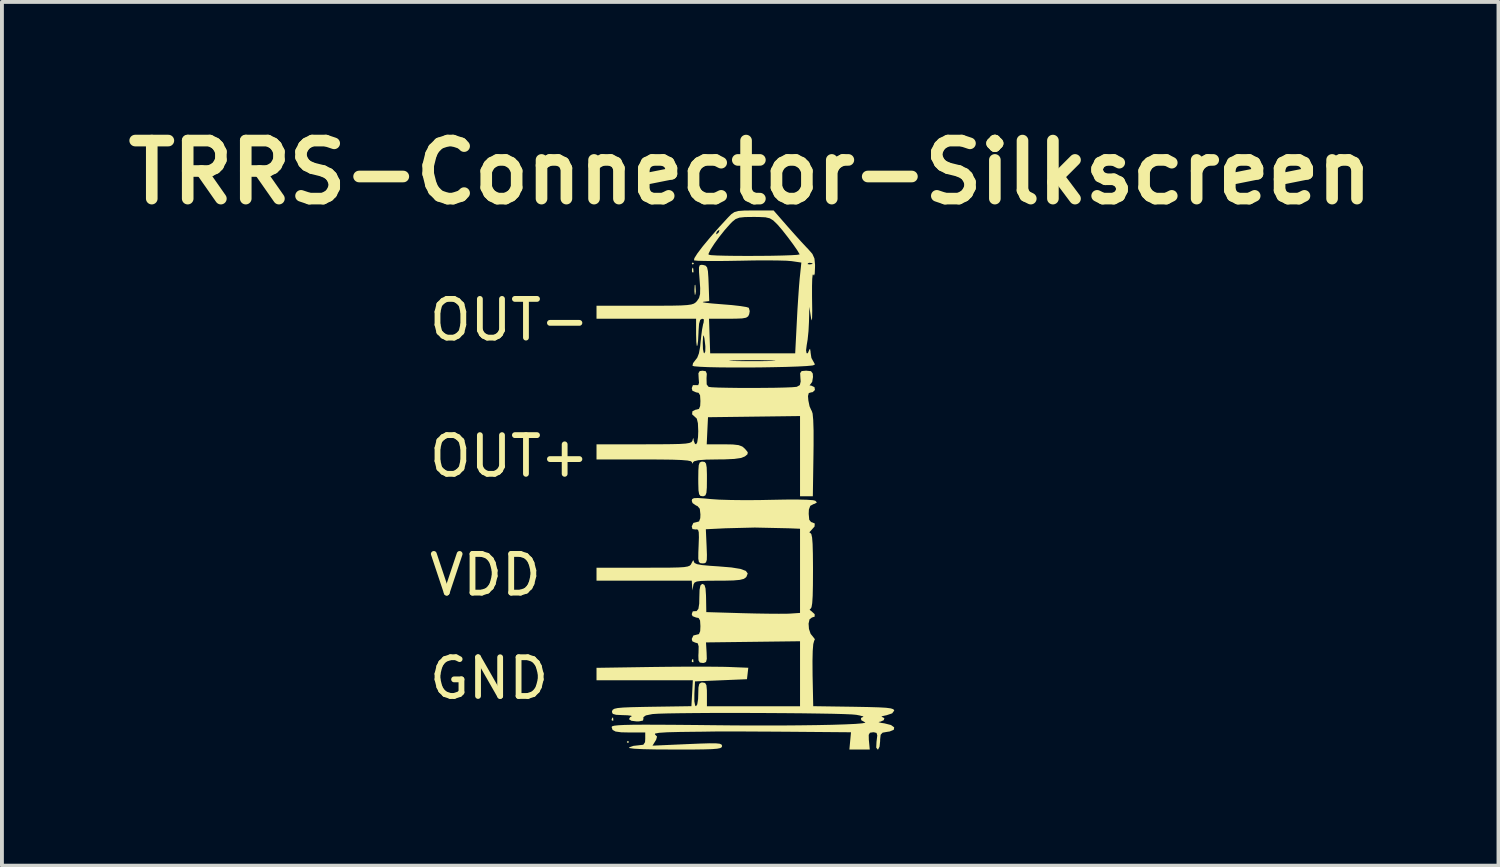
<source format=kicad_pcb>
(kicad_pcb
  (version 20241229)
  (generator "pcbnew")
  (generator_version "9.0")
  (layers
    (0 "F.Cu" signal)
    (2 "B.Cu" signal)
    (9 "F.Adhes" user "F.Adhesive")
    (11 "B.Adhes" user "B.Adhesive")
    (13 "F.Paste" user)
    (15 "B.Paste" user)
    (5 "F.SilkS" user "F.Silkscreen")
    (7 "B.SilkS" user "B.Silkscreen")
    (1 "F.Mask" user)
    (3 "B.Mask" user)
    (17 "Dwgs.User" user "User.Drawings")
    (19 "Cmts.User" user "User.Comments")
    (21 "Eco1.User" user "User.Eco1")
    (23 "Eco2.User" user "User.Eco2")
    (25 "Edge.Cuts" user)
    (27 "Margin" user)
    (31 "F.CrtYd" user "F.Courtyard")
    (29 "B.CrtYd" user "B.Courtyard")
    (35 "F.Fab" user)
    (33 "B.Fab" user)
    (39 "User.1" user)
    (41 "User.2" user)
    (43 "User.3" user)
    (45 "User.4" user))
  (footprint "TRRS-Connector-Silkscreen"
    (layer "F.Cu")
    (at 16.336 9.214)
    (property "Reference" "TRRS-Connector-Silkscreen" (at 0 -7.81 0) (layer "F.SilkS") (effects (font (size 1.5 1.5) (thickness 0.3))))
    (attr board_only exclude_from_pos_files exclude_from_bom)
    (fp_poly (pts (xy -3.133 6.909) (xy -3.161 6.937) (xy -3.189 6.909) (xy -3.161 6.881)) (stroke (width 0) (type solid)) (fill yes) (layer "F.SilkS"))
    (fp_poly (pts (xy -1.455 -5.455) (xy -1.483 -5.427) (xy -1.511 -5.455) (xy -1.483 -5.483)) (stroke (width 0) (type solid)) (fill yes) (layer "F.SilkS"))
    (fp_poly (pts (xy -3.543 6.285) (xy -3.537 6.351) (xy -3.543 6.359) (xy -3.577 6.352) (xy -3.581 6.322) (xy -3.56 6.276)) (stroke (width 0) (type solid)) (fill yes) (layer "F.SilkS"))
    (fp_poly (pts (xy -1.473 4.774) (xy -1.467 4.841) (xy -1.473 4.849) (xy -1.507 4.841) (xy -1.511 4.811) (xy -1.49 4.765)) (stroke (width 0) (type solid)) (fill yes) (layer "F.SilkS"))
    (fp_poly (pts (xy -1.472 -5.325) (xy -1.466 -5.238) (xy -1.477 -5.218) (xy -1.502 -5.235) (xy -1.506 -5.292) (xy -1.492 -5.351)) (stroke (width 0) (type solid)) (fill yes) (layer "F.SilkS"))
    (fp_poly (pts (xy -1.415 -4.881) (xy -1.406 -4.735) (xy -1.416 -4.657) (xy -1.431 -4.644) (xy -1.44 -4.724) (xy -1.441 -4.783) (xy -1.435 -4.892) (xy -1.422 -4.908)) (stroke (width 0) (type solid)) (fill yes) (layer "F.SilkS"))
    (fp_poly (pts (xy -1.175 -0.326) (xy -1.142 -0.283) (xy -1.125 -0.184) (xy -1.119 -0.006) (xy -1.119 0.112) (xy -1.121 0.335) (xy -1.132 0.469) (xy -1.157 0.535) (xy -1.201 0.558) (xy -1.231 0.559) (xy -1.287 0.55) (xy -1.32 0.507) (xy -1.337 0.408) (xy -1.342 0.23) (xy -1.343 0.112) (xy -1.34 -0.111) (xy -1.33 -0.245) (xy -1.305 -0.312) (xy -1.26 -0.334) (xy -1.231 -0.336)) (stroke (width 0) (type solid)) (fill yes) (layer "F.SilkS"))
    (fp_poly (pts (xy -1.458 2.243) (xy -1.439 2.284) (xy -1.374 2.314) (xy -1.244 2.338) (xy -1.033 2.357) (xy -0.825 2.371) (xy -0.486 2.399) (xy -0.252 2.437) (xy -0.114 2.488) (xy -0.065 2.555) (xy -0.098 2.64) (xy -0.11 2.655) (xy -0.165 2.694) (xy -0.268 2.72) (xy -0.435 2.735) (xy -0.688 2.741) (xy -0.814 2.741) (xy -1.088 2.742) (xy -1.27 2.748) (xy -1.379 2.762) (xy -1.437 2.789) (xy -1.463 2.831) (xy -1.471 2.867) (xy -1.495 2.993) (xy -1.503 2.867) (xy -1.511 2.741) (xy -2.741 2.741) (xy -3.972 2.741) (xy -3.972 2.574) (xy -3.972 2.406) (xy -2.768 2.406) (xy -2.371 2.405) (xy -2.073 2.404) (xy -1.857 2.399) (xy -1.709 2.39) (xy -1.615 2.374) (xy -1.561 2.352) (xy -1.531 2.321) (xy -1.512 2.28) (xy -1.473 2.209)) (stroke (width 0) (type solid)) (fill yes) (layer "F.SilkS"))
    (fp_poly (pts (xy 1.57 -2.673) (xy 1.616 -2.612) (xy 1.622 -2.522) (xy 1.601 -2.396) (xy 1.553 -2.331) (xy 1.533 -2.306) (xy 1.581 -2.298) (xy 1.661 -2.259) (xy 1.672 -2.186) (xy 1.614 -2.131) (xy 1.578 -2.126) (xy 1.513 -2.107) (xy 1.493 -2.03) (xy 1.502 -1.917) (xy 1.533 -1.765) (xy 1.58 -1.66) (xy 1.588 -1.651) (xy 1.612 -1.578) (xy 1.628 -1.409) (xy 1.637 -1.139) (xy 1.637 -0.764) (xy 1.634 -0.518) (xy 1.618 0.559) (xy 1.452 0.559) (xy 1.287 0.559) (xy 1.287 -0.477) (xy 1.287 -1.513) (xy 0.098 -1.498) (xy -1.091 -1.483) (xy -1.108 -1.133) (xy -1.124 -0.783) (xy -0.683 -0.783) (xy -0.451 -0.779) (xy -0.301 -0.762) (xy -0.205 -0.726) (xy -0.135 -0.666) (xy -0.064 -0.579) (xy -0.071 -0.525) (xy -0.137 -0.47) (xy -0.237 -0.43) (xy -0.413 -0.405) (xy -0.68 -0.393) (xy -0.845 -0.392) (xy -1.143 -0.387) (xy -1.34 -0.372) (xy -1.447 -0.345) (xy -1.474 -0.322) (xy -1.499 -0.28) (xy -1.506 -0.322) (xy -1.534 -0.346) (xy -1.62 -0.364) (xy -1.776 -0.377) (xy -2.013 -0.386) (xy -2.34 -0.39) (xy -2.741 -0.392) (xy -3.972 -0.392) (xy -3.972 -0.587) (xy -3.972 -0.783) (xy -2.746 -0.783) (xy -2.343 -0.784) (xy -2.038 -0.787) (xy -1.818 -0.792) (xy -1.667 -0.802) (xy -1.573 -0.818) (xy -1.521 -0.839) (xy -1.498 -0.868) (xy -1.493 -0.881) (xy -1.472 -0.95) (xy -1.463 -0.91) (xy -1.461 -0.881) (xy -1.429 -0.798) (xy -1.399 -0.783) (xy -1.369 -0.834) (xy -1.349 -0.968) (xy -1.343 -1.121) (xy -1.352 -1.329) (xy -1.381 -1.447) (xy -1.427 -1.49) (xy -1.502 -1.558) (xy -1.494 -1.636) (xy -1.41 -1.678) (xy -1.399 -1.678) (xy -1.325 -1.697) (xy -1.293 -1.773) (xy -1.287 -1.902) (xy -1.296 -2.049) (xy -1.334 -2.113) (xy -1.399 -2.126) (xy -1.493 -2.166) (xy -1.511 -2.233) (xy -1.481 -2.312) (xy -1.409 -2.313) (xy -1.344 -2.311) (xy -1.323 -2.371) (xy -1.332 -2.486) (xy -1.339 -2.619) (xy -1.306 -2.675) (xy -1.231 -2.685) (xy -1.149 -2.671) (xy -1.122 -2.606) (xy -1.129 -2.491) (xy -1.125 -2.33) (xy -1.075 -2.267) (xy -0.993 -2.257) (xy -0.82 -2.249) (xy -0.579 -2.244) (xy -0.292 -2.24) (xy 0.021 -2.239) (xy 0.337 -2.241) (xy 0.634 -2.244) (xy 0.89 -2.25) (xy 1.085 -2.258) (xy 1.196 -2.268) (xy 1.205 -2.27) (xy 1.282 -2.313) (xy 1.304 -2.407) (xy 1.297 -2.493) (xy 1.29 -2.622) (xy 1.328 -2.675) (xy 1.438 -2.685) (xy 1.449 -2.685)) (stroke (width 0) (type solid)) (fill yes) (layer "F.SilkS"))
    (fp_poly (pts (xy 0.958 -6.42) (xy 1.137 -6.218) (xy 1.311 -6.025) (xy 1.453 -5.873) (xy 1.495 -5.83) (xy 1.607 -5.702) (xy 1.66 -5.582) (xy 1.675 -5.418) (xy 1.674 -5.354) (xy 1.667 -5.194) (xy 1.648 -5.142) (xy 1.627 -5.174) (xy 1.613 -5.163) (xy 1.602 -5.057) (xy 1.597 -4.872) (xy 1.597 -4.625) (xy 1.598 -4.531) (xy 1.602 -4.238) (xy 1.599 -4.055) (xy 1.591 -3.983) (xy 1.576 -4.022) (xy 1.57 -4.056) (xy 1.528 -4.336) (xy 1.518 -3.944) (xy 1.506 -3.709) (xy 1.483 -3.487) (xy 1.459 -3.343) (xy 1.443 -3.213) (xy 1.456 -3.137) (xy 1.488 -3.136) (xy 1.527 -3.227) (xy 1.528 -3.231) (xy 1.546 -3.251) (xy 1.559 -3.175) (xy 1.56 -3.15) (xy 1.581 -3.015) (xy 1.624 -2.936) (xy 1.625 -2.935) (xy 1.667 -2.859) (xy 1.663 -2.836) (xy 1.604 -2.819) (xy 1.451 -2.805) (xy 1.221 -2.793) (xy 0.931 -2.783) (xy 0.599 -2.776) (xy 0.242 -2.77) (xy -0.123 -2.768) (xy -0.477 -2.768) (xy -0.804 -2.771) (xy -1.087 -2.777) (xy -1.307 -2.787) (xy -1.448 -2.799) (xy -1.492 -2.812) (xy -1.478 -2.879) (xy -1.43 -2.942) (xy -1.428 -2.945) (xy -0.537 -2.945) (xy -0.535 -2.94) (xy -0.437 -2.936) (xy -0.251 -2.933) (xy 0.018 -2.932) (xy 0.056 -2.932) (xy 0.334 -2.933) (xy 0.531 -2.936) (xy 0.64 -2.94) (xy 0.654 -2.944) (xy 0.564 -2.95) (xy 0.545 -2.951) (xy 0.236 -2.958) (xy -0.112 -2.958) (xy -0.425 -2.951) (xy -0.434 -2.951) (xy -0.537 -2.945) (xy -1.428 -2.945) (xy -1.369 -3.021) (xy -1.326 -3.132) (xy -1.295 -3.3) (xy -1.285 -3.399) (xy -1.226 -3.399) (xy -1.221 -3.244) (xy -1.201 -3.148) (xy -1.186 -3.133) (xy -1.162 -3.182) (xy -1.159 -3.304) (xy -1.162 -3.343) (xy -1.184 -3.526) (xy -1.204 -3.601) (xy -1.218 -3.568) (xy -1.226 -3.424) (xy -1.226 -3.399) (xy -1.285 -3.399) (xy -1.269 -3.553) (xy -1.246 -3.737) (xy -1.218 -3.885) (xy -1.204 -3.93) (xy -1.197 -4.012) (xy -1.244 -4.028) (xy -1.293 -3.998) (xy -1.322 -3.896) (xy -1.336 -3.702) (xy -1.336 -3.681) (xy -1.348 -3.457) (xy -1.364 -3.338) (xy -1.38 -3.325) (xy -1.393 -3.421) (xy -1.399 -3.626) (xy -1.399 -3.655) (xy -1.399 -4.028) (xy -2.685 -4.028) (xy -3.972 -4.028) (xy -3.972 -4.196) (xy -3.972 -4.364) (xy -2.726 -4.364) (xy -2.321 -4.364) (xy -2.013 -4.366) (xy -1.788 -4.371) (xy -1.63 -4.381) (xy -1.524 -4.396) (xy -1.456 -4.418) (xy -1.41 -4.449) (xy -1.376 -4.485) (xy -1.322 -4.565) (xy -1.296 -4.666) (xy -1.293 -4.819) (xy -1.307 -5.02) (xy -1.323 -5.231) (xy -1.324 -5.354) (xy -1.305 -5.41) (xy -1.26 -5.421) (xy -1.216 -5.417) (xy -1.154 -5.4) (xy -1.115 -5.355) (xy -1.093 -5.258) (xy -1.081 -5.087) (xy -1.075 -4.941) (xy -1.059 -4.484) (xy -1.215 -4.465) (xy -1.225 -4.454) (xy -1.139 -4.438) (xy -0.972 -4.421) (xy -0.74 -4.402) (xy -0.727 -4.401) (xy -0.468 -4.38) (xy -0.25 -4.355) (xy -0.098 -4.33) (xy -0.036 -4.31) (xy -0.013 -4.225) (xy -0.026 -4.146) (xy -0.053 -4.09) (xy -0.106 -4.055) (xy -0.208 -4.036) (xy -0.381 -4.029) (xy -0.564 -4.028) (xy -1.065 -4.028) (xy -1.05 -3.581) (xy -1.035 -3.134) (xy 0.064 -3.134) (xy 1.162 -3.133) (xy 1.203 -3.93) (xy 1.22 -4.257) (xy 1.241 -4.58) (xy 1.261 -4.866) (xy 1.279 -5.079) (xy 1.282 -5.103) (xy 1.317 -5.44) (xy 1.479 -5.44) (xy 1.534 -5.431) (xy 1.606 -5.442) (xy 1.607 -5.461) (xy 1.532 -5.474) (xy 1.5 -5.465) (xy 1.479 -5.44) (xy 1.317 -5.44) (xy 1.321 -5.479) (xy 1.073 -5.516) (xy 0.939 -5.527) (xy 0.716 -5.533) (xy 0.425 -5.536) (xy 0.09 -5.534) (xy -0.269 -5.527) (xy -0.284 -5.527) (xy -0.627 -5.521) (xy -0.934 -5.519) (xy -1.185 -5.521) (xy -1.362 -5.526) (xy -1.449 -5.536) (xy -1.453 -5.538) (xy -1.443 -5.593) (xy -1.386 -5.683) (xy -1.076 -5.683) (xy -1.013 -5.671) (xy -0.86 -5.662) (xy -0.638 -5.656) (xy -0.366 -5.652) (xy -0.064 -5.651) (xy 0.248 -5.652) (xy 0.551 -5.655) (xy 0.825 -5.661) (xy 1.05 -5.669) (xy 1.207 -5.678) (xy 1.276 -5.69) (xy 1.277 -5.693) (xy 1.216 -5.796) (xy 1.106 -5.954) (xy 0.97 -6.137) (xy 0.832 -6.313) (xy 0.714 -6.451) (xy 0.691 -6.475) (xy 0.595 -6.568) (xy 0.507 -6.622) (xy 0.393 -6.649) (xy 0.219 -6.657) (xy 0.084 -6.658) (xy -0.137 -6.655) (xy -0.28 -6.64) (xy -0.378 -6.603) (xy -0.465 -6.533) (xy -0.523 -6.473) (xy -0.66 -6.318) (xy -0.8 -6.142) (xy -0.927 -5.967) (xy -1.024 -5.817) (xy -1.075 -5.714) (xy -1.076 -5.683) (xy -1.386 -5.683) (xy -1.365 -5.716) (xy -1.228 -5.897) (xy -1.042 -6.121) (xy -0.961 -6.214) (xy -0.881 -6.214) (xy -0.874 -6.21) (xy -0.823 -6.25) (xy -0.811 -6.266) (xy -0.797 -6.318) (xy -0.805 -6.322) (xy -0.856 -6.283) (xy -0.867 -6.266) (xy -0.881 -6.214) (xy -0.961 -6.214) (xy -0.817 -6.379) (xy -0.573 -6.644) (xy -0.488 -6.73) (xy -0.41 -6.783) (xy -0.31 -6.812) (xy -0.159 -6.823) (xy 0.072 -6.826) (xy 0.101 -6.826) (xy 0.604 -6.826)) (stroke (width 0) (type solid)) (fill yes) (layer "F.SilkS"))
    (fp_poly (pts (xy -1.176 0.617) (xy -1.021 0.632) (xy -0.802 0.647) (xy -0.501 0.656) (xy -0.146 0.66) (xy 0.232 0.658) (xy 0.534 0.652) (xy 0.901 0.645) (xy 1.215 0.644) (xy 1.461 0.65) (xy 1.622 0.661) (xy 1.681 0.675) (xy 1.723 0.719) (xy 1.667 0.753) (xy 1.636 0.762) (xy 1.552 0.807) (xy 1.516 0.902) (xy 1.511 1.014) (xy 1.525 1.167) (xy 1.574 1.228) (xy 1.594 1.231) (xy 1.668 1.264) (xy 1.662 1.342) (xy 1.581 1.433) (xy 1.527 1.491) (xy 1.553 1.509) (xy 1.579 1.537) (xy 1.599 1.628) (xy 1.612 1.793) (xy 1.619 2.044) (xy 1.622 2.393) (xy 1.622 2.49) (xy 1.62 2.863) (xy 1.614 3.136) (xy 1.602 3.32) (xy 1.584 3.427) (xy 1.559 3.469) (xy 1.553 3.47) (xy 1.534 3.493) (xy 1.581 3.529) (xy 1.665 3.606) (xy 1.665 3.67) (xy 1.594 3.693) (xy 1.533 3.739) (xy 1.508 3.851) (xy 1.518 3.989) (xy 1.561 4.115) (xy 1.608 4.172) (xy 1.671 4.253) (xy 1.65 4.301) (xy 1.629 4.38) (xy 1.615 4.556) (xy 1.609 4.814) (xy 1.611 5.14) (xy 1.611 5.171) (xy 1.628 5.984) (xy 2.674 5.999) (xy 3.047 6.006) (xy 3.321 6.014) (xy 3.512 6.025) (xy 3.633 6.041) (xy 3.697 6.062) (xy 3.72 6.09) (xy 3.72 6.098) (xy 3.668 6.169) (xy 3.525 6.217) (xy 3.525 6.217) (xy 3.416 6.241) (xy 3.389 6.257) (xy 3.399 6.259) (xy 3.466 6.292) (xy 3.451 6.345) (xy 3.368 6.383) (xy 3.343 6.386) (xy 3.316 6.397) (xy 3.386 6.416) (xy 3.469 6.428) (xy 3.638 6.471) (xy 3.72 6.531) (xy 3.71 6.593) (xy 3.603 6.638) (xy 3.539 6.647) (xy 3.421 6.668) (xy 3.37 6.722) (xy 3.357 6.844) (xy 3.357 6.885) (xy 3.342 7.029) (xy 3.305 7.102) (xy 3.294 7.105) (xy 3.256 7.055) (xy 3.263 6.904) (xy 3.266 6.881) (xy 3.283 6.739) (xy 3.264 6.675) (xy 3.197 6.658) (xy 3.174 6.658) (xy 3.093 6.67) (xy 3.062 6.726) (xy 3.065 6.857) (xy 3.068 6.881) (xy 3.089 7.105) (xy 2.825 7.105) (xy 2.562 7.105) (xy 2.583 6.881) (xy 2.604 6.658) (xy 1.037 6.645) (xy 0.613 6.642) (xy 0.212 6.64) (xy -0.148 6.638) (xy -0.45 6.637) (xy -0.677 6.637) (xy -0.809 6.637) (xy -0.811 6.637) (xy -0.977 6.639) (xy -1.222 6.643) (xy -1.512 6.646) (xy -1.816 6.65) (xy -1.818 6.65) (xy -2.144 6.658) (xy -2.357 6.672) (xy -2.46 6.692) (xy -2.462 6.713) (xy -2.408 6.769) (xy -2.431 6.851) (xy -2.452 6.885) (xy -2.525 7.004) (xy -1.626 6.964) (xy -1.289 6.95) (xy -1.048 6.943) (xy -0.887 6.944) (xy -0.79 6.954) (xy -0.742 6.975) (xy -0.728 7.006) (xy -0.727 7.014) (xy -0.737 7.044) (xy -0.775 7.067) (xy -0.856 7.083) (xy -0.991 7.094) (xy -1.195 7.1) (xy -1.48 7.104) (xy -1.861 7.104) (xy -1.972 7.104) (xy -2.423 7.102) (xy -2.764 7.095) (xy -2.997 7.083) (xy -3.118 7.067) (xy -3.133 7.049) (xy -3.017 7.009) (xy -2.881 6.994) (xy -2.762 6.98) (xy -2.718 6.914) (xy -2.713 6.828) (xy -2.713 6.663) (xy -3.09 6.664) (xy -3.331 6.659) (xy -3.48 6.639) (xy -3.557 6.597) (xy -3.58 6.529) (xy -3.581 6.52) (xy -3.565 6.502) (xy -3.511 6.488) (xy -3.41 6.477) (xy -3.255 6.469) (xy -3.036 6.464) (xy -2.744 6.462) (xy -2.371 6.463) (xy -1.909 6.466) (xy -1.348 6.471) (xy -0.993 6.475) (xy -0.39 6.481) (xy 0.192 6.483) (xy 0.742 6.483) (xy 1.252 6.479) (xy 1.714 6.473) (xy 2.117 6.465) (xy 2.454 6.454) (xy 2.715 6.442) (xy 2.892 6.427) (xy 2.976 6.411) (xy 2.956 6.393) (xy 2.951 6.392) (xy 2.869 6.346) (xy 2.862 6.288) (xy 2.923 6.259) (xy 2.917 6.247) (xy 2.823 6.223) (xy 2.741 6.207) (xy 2.629 6.197) (xy 2.419 6.188) (xy 2.127 6.18) (xy 1.767 6.174) (xy 1.353 6.168) (xy 0.9 6.164) (xy 0.423 6.161) (xy -0.064 6.159) (xy -0.546 6.158) (xy -1.008 6.159) (xy -1.436 6.162) (xy -1.816 6.166) (xy -2.132 6.171) (xy -2.371 6.178) (xy -2.517 6.187) (xy -2.533 6.189) (xy -2.696 6.222) (xy -2.761 6.268) (xy -2.759 6.301) (xy -2.77 6.355) (xy -2.869 6.376) (xy -2.931 6.378) (xy -3.071 6.361) (xy -3.133 6.32) (xy -3.104 6.268) (xy -3.063 6.247) (xy -3.073 6.231) (xy -3.172 6.219) (xy -3.291 6.215) (xy -3.465 6.207) (xy -3.551 6.183) (xy -3.573 6.136) (xy -3.57 6.112) (xy -3.554 6.077) (xy -3.511 6.051) (xy -3.426 6.032) (xy -3.284 6.019) (xy -3.07 6.01) (xy -2.768 6.003) (xy -2.536 5.999) (xy -1.52 5.984) (xy -1.501 5.649) (xy -1.483 5.315) (xy -2.727 5.315) (xy -3.972 5.315) (xy -3.972 5.154) (xy -3.972 4.993) (xy -2.532 4.971) (xy -2.107 4.966) (xy -1.687 4.963) (xy -1.297 4.962) (xy -0.958 4.964) (xy -0.693 4.967) (xy -0.57 4.97) (xy -0.05 4.991) (xy -0.067 5.139) (xy -0.084 5.287) (xy -0.755 5.315) (xy -1.427 5.343) (xy -1.443 5.665) (xy -1.444 5.858) (xy -1.423 5.968) (xy -1.401 5.986) (xy -1.368 5.935) (xy -1.347 5.799) (xy -1.343 5.679) (xy -1.338 5.501) (xy -1.317 5.408) (xy -1.27 5.374) (xy -1.231 5.371) (xy -1.166 5.384) (xy -1.132 5.442) (xy -1.12 5.571) (xy -1.119 5.679) (xy -1.119 5.986) (xy 0.084 5.986) (xy 1.287 5.986) (xy 1.287 5.146) (xy 1.287 4.306) (xy 0.072 4.321) (xy -1.143 4.336) (xy -1.127 4.602) (xy -1.122 4.763) (xy -1.142 4.841) (xy -1.197 4.866) (xy -1.231 4.867) (xy -1.303 4.856) (xy -1.336 4.801) (xy -1.34 4.676) (xy -1.336 4.602) (xy -1.333 4.439) (xy -1.355 4.361) (xy -1.409 4.343) (xy -1.416 4.344) (xy -1.496 4.307) (xy -1.511 4.246) (xy -1.468 4.157) (xy -1.399 4.14) (xy -1.325 4.121) (xy -1.293 4.045) (xy -1.287 3.916) (xy -1.296 3.77) (xy -1.334 3.705) (xy -1.399 3.693) (xy -1.49 3.658) (xy -1.511 3.609) (xy -1.488 3.538) (xy -1.469 3.531) (xy -1.386 3.527) (xy -1.339 3.468) (xy -1.318 3.334) (xy -1.315 3.175) (xy -1.309 2.976) (xy -1.287 2.866) (xy -1.246 2.827) (xy -1.231 2.825) (xy -1.183 2.851) (xy -1.155 2.941) (xy -1.143 3.116) (xy -1.141 3.189) (xy -1.135 3.553) (xy -0.19 3.581) (xy 0.147 3.589) (xy 0.464 3.594) (xy 0.738 3.596) (xy 0.941 3.595) (xy 1.021 3.592) (xy 1.287 3.574) (xy 1.287 2.487) (xy 1.287 1.399) (xy 0.993 1.387) (xy 0.118 1.368) (xy -0.644 1.387) (xy -1.147 1.412) (xy -1.127 1.853) (xy -1.119 2.073) (xy -1.122 2.204) (xy -1.143 2.269) (xy -1.186 2.292) (xy -1.231 2.294) (xy -1.292 2.288) (xy -1.327 2.255) (xy -1.342 2.172) (xy -1.341 2.016) (xy -1.334 1.843) (xy -1.326 1.62) (xy -1.33 1.488) (xy -1.349 1.426) (xy -1.388 1.414) (xy -1.412 1.418) (xy -1.493 1.407) (xy -1.511 1.337) (xy -1.469 1.248) (xy -1.399 1.231) (xy -1.322 1.21) (xy -1.291 1.126) (xy -1.287 1.03) (xy -1.303 0.883) (xy -1.364 0.812) (xy -1.399 0.799) (xy -1.49 0.736) (xy -1.511 0.676) (xy -1.5 0.632) (xy -1.455 0.609) (xy -1.354 0.604)) (stroke (width 0) (type solid)) (fill yes) (layer "F.SilkS"))
    (fp_text user "GND" (at -8.37 5.85 0) (unlocked yes) (layer "F.SilkS") (effects (font (size 1 1) (thickness 0.15)) (justify left bottom)))
    (fp_text user "OUT+" (at -8.37 0.11 0) (unlocked yes) (layer "F.SilkS") (effects (font (size 1 1) (thickness 0.15)) (justify left bottom)))
    (fp_text user "VDD" (at -8.37 3.18 0) (unlocked yes) (layer "F.SilkS") (effects (font (size 1 1) (thickness 0.15)) (justify left bottom)))
    (fp_text user "OUT-" (at -8.37 -3.41 0) (unlocked yes) (layer "F.SilkS") (effects (font (size 1 1) (thickness 0.15)) (justify left bottom))))
  (gr_rect
    (start -3 -3)
    (end 35.671 19.319)
    (stroke (width 0.1) (type default))
    (fill no)
    (layer "Edge.Cuts")))
</source>
